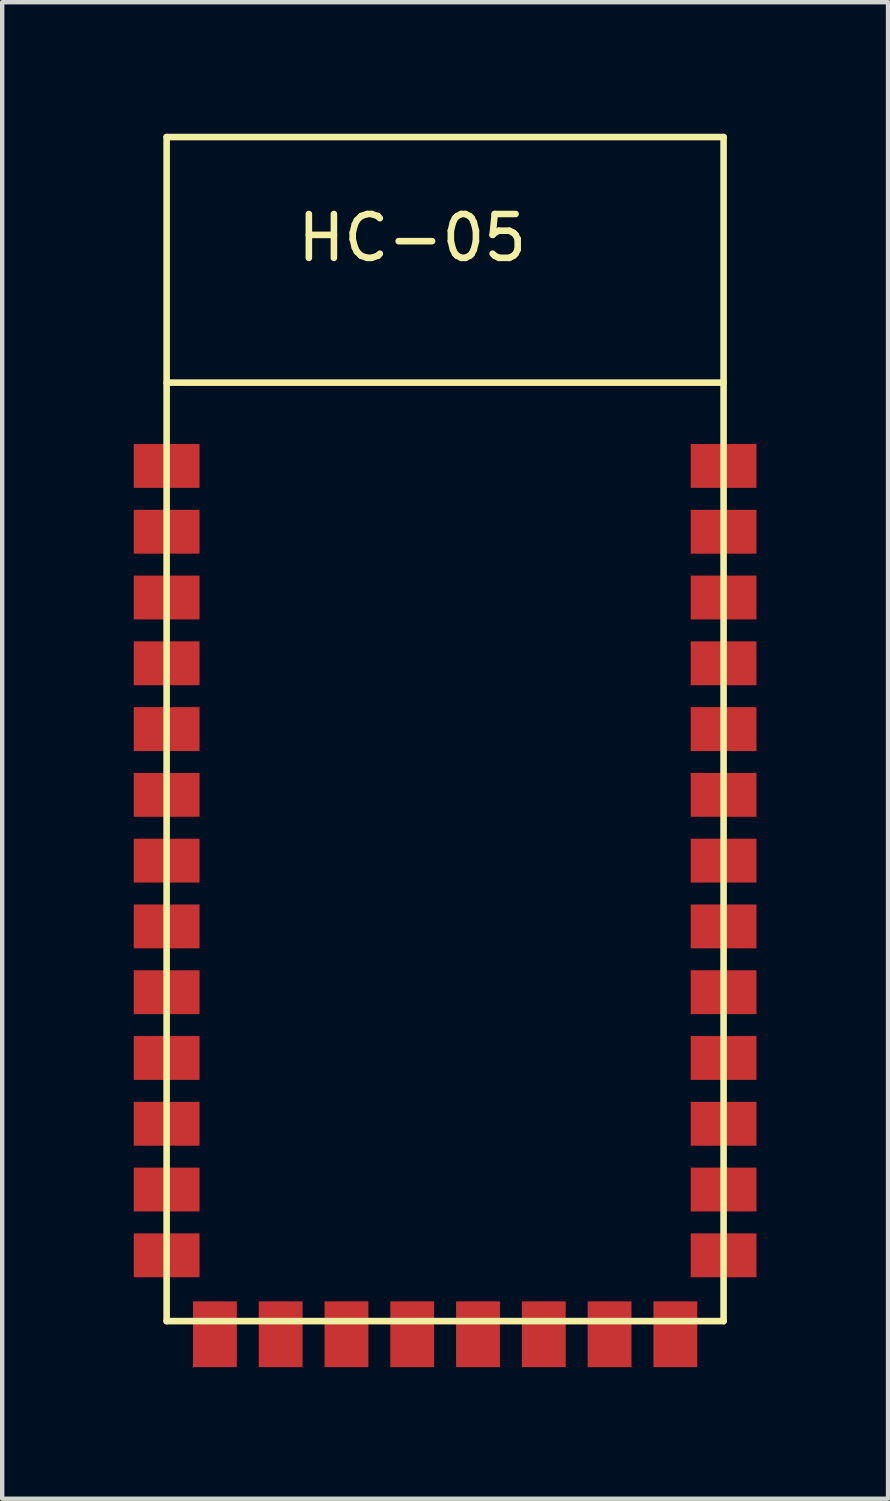
<source format=kicad_pcb>
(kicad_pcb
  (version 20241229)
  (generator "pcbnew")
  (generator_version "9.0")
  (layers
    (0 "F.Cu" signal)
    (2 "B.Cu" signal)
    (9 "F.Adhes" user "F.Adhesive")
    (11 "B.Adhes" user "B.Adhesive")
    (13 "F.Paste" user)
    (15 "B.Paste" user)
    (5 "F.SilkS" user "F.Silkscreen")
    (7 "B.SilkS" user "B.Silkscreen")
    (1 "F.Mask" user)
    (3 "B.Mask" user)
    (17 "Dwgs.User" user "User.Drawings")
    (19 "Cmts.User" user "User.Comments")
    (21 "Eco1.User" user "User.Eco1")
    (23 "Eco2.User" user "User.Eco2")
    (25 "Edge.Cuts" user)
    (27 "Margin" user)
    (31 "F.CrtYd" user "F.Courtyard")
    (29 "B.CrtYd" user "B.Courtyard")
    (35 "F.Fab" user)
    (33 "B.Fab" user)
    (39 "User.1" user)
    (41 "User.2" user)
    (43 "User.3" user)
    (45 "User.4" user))
  (footprint "HC-05"
    (layer "F.Cu")
    (at 0.75 25.575)
    (property "Reference" "HC-05" (at 5.6 -23.2 0) (layer "F.SilkS") (effects (font (size 1 1) (thickness 0.15))))
    (attr through_hole)
    (fp_line (start 0 -25.5) (end 0 1.5) (stroke (width 0.15) (type solid)) (layer "F.SilkS"))
    (fp_line (start 0 -25.5) (end 12.7 -25.5) (stroke (width 0.15) (type solid)) (layer "F.SilkS"))
    (fp_line (start 0 -19.9) (end 12.7 -19.9) (stroke (width 0.15) (type solid)) (layer "F.SilkS"))
    (fp_line (start 0 1.5) (end 12.7 1.5) (stroke (width 0.15) (type solid)) (layer "F.SilkS"))
    (fp_line (start 12.7 1.5) (end 12.7 -25.5) (stroke (width 0.15) (type solid)) (layer "F.SilkS"))
    (pad "1" smd rect (at 0 -18) (size 1.5 1) (layers "F.Cu" "F.Mask" "F.Paste"))
    (pad "2" smd rect (at 0 -16.5) (size 1.5 1) (layers "F.Cu" "F.Mask" "F.Paste"))
    (pad "3" smd rect (at 0 -15) (size 1.5 1) (layers "F.Cu" "F.Mask" "F.Paste"))
    (pad "4" smd rect (at 0 -13.5) (size 1.5 1) (layers "F.Cu" "F.Mask" "F.Paste"))
    (pad "5" smd rect (at 0 -12) (size 1.5 1) (layers "F.Cu" "F.Mask" "F.Paste"))
    (pad "6" smd rect (at 0 -10.5) (size 1.5 1) (layers "F.Cu" "F.Mask" "F.Paste"))
    (pad "7" smd rect (at 0 -9) (size 1.5 1) (layers "F.Cu" "F.Mask" "F.Paste"))
    (pad "8" smd rect (at 0 -7.5) (size 1.5 1) (layers "F.Cu" "F.Mask" "F.Paste"))
    (pad "9" smd rect (at 0 -6) (size 1.5 1) (layers "F.Cu" "F.Mask" "F.Paste"))
    (pad "10" smd rect (at 0 -4.5) (size 1.5 1) (layers "F.Cu" "F.Mask" "F.Paste"))
    (pad "11" smd rect (at 0 -3) (size 1.5 1) (layers "F.Cu" "F.Mask" "F.Paste"))
    (pad "12" smd rect (at 0 -1.5) (size 1.5 1) (layers "F.Cu" "F.Mask" "F.Paste"))
    (pad "13" smd rect (at 0 0) (size 1.5 1) (layers "F.Cu" "F.Mask" "F.Paste"))
    (pad "14" smd rect (at 1.1 1.8) (size 1 1.5) (layers "F.Cu" "F.Mask" "F.Paste"))
    (pad "15" smd rect (at 2.6 1.8) (size 1 1.5) (layers "F.Cu" "F.Mask" "F.Paste"))
    (pad "16" smd rect (at 4.1 1.8) (size 1 1.5) (layers "F.Cu" "F.Mask" "F.Paste"))
    (pad "17" smd rect (at 5.6 1.8) (size 1 1.5) (layers "F.Cu" "F.Mask" "F.Paste"))
    (pad "18" smd rect (at 7.1 1.8) (size 1 1.5) (layers "F.Cu" "F.Mask" "F.Paste"))
    (pad "19" smd rect (at 8.6 1.8) (size 1 1.5) (layers "F.Cu" "F.Mask" "F.Paste"))
    (pad "20" smd rect (at 10.1 1.8) (size 1 1.5) (layers "F.Cu" "F.Mask" "F.Paste"))
    (pad "21" smd rect (at 11.6 1.8) (size 1 1.5) (layers "F.Cu" "F.Mask" "F.Paste"))
    (pad "22" smd rect (at 12.7 0) (size 1.5 1) (layers "F.Cu" "F.Mask" "F.Paste"))
    (pad "23" smd rect (at 12.7 -1.5) (size 1.5 1) (layers "F.Cu" "F.Mask" "F.Paste"))
    (pad "24" smd rect (at 12.7 -3) (size 1.5 1) (layers "F.Cu" "F.Mask" "F.Paste"))
    (pad "25" smd rect (at 12.7 -4.5) (size 1.5 1) (layers "F.Cu" "F.Mask" "F.Paste"))
    (pad "26" smd rect (at 12.7 -6) (size 1.5 1) (layers "F.Cu" "F.Mask" "F.Paste"))
    (pad "27" smd rect (at 12.7 -7.5) (size 1.5 1) (layers "F.Cu" "F.Mask" "F.Paste"))
    (pad "28" smd rect (at 12.7 -9) (size 1.5 1) (layers "F.Cu" "F.Mask" "F.Paste"))
    (pad "29" smd rect (at 12.7 -10.5) (size 1.5 1) (layers "F.Cu" "F.Mask" "F.Paste"))
    (pad "30" smd rect (at 12.7 -12) (size 1.5 1) (layers "F.Cu" "F.Mask" "F.Paste"))
    (pad "31" smd rect (at 12.7 -13.5) (size 1.5 1) (layers "F.Cu" "F.Mask" "F.Paste"))
    (pad "32" smd rect (at 12.7 -15) (size 1.5 1) (layers "F.Cu" "F.Mask" "F.Paste"))
    (pad "33" smd rect (at 12.7 -16.5) (size 1.5 1) (layers "F.Cu" "F.Mask" "F.Paste"))
    (pad "34" smd rect (at 12.7 -18) (size 1.5 1) (layers "F.Cu" "F.Mask" "F.Paste")))
  (gr_rect
    (start -3 -3)
    (end 17.2 31.125)
    (stroke (width 0.1) (type default))
    (fill no)
    (layer "Edge.Cuts")))
</source>
